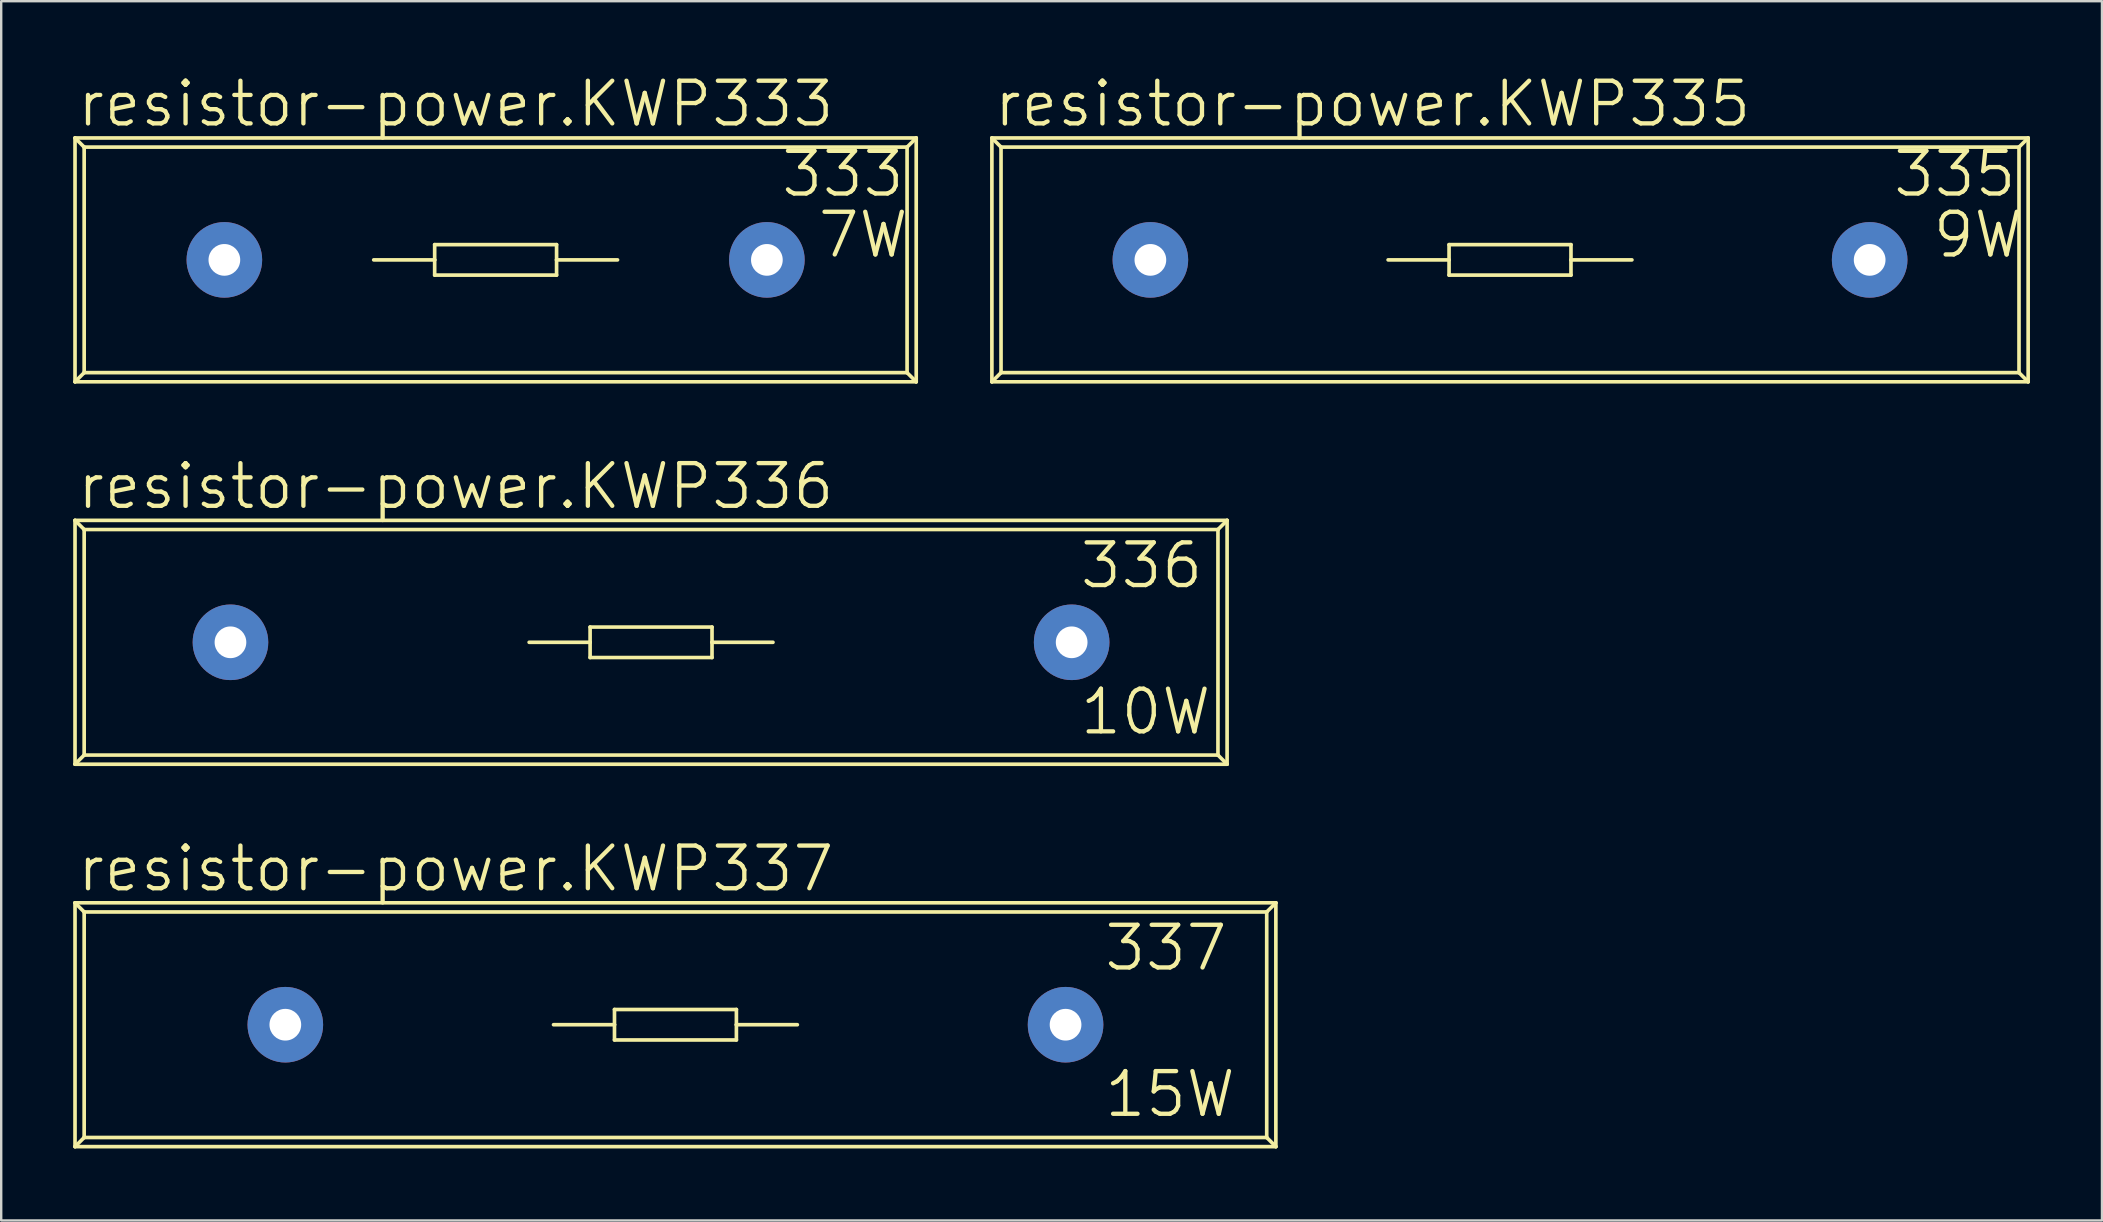
<source format=kicad_pcb>
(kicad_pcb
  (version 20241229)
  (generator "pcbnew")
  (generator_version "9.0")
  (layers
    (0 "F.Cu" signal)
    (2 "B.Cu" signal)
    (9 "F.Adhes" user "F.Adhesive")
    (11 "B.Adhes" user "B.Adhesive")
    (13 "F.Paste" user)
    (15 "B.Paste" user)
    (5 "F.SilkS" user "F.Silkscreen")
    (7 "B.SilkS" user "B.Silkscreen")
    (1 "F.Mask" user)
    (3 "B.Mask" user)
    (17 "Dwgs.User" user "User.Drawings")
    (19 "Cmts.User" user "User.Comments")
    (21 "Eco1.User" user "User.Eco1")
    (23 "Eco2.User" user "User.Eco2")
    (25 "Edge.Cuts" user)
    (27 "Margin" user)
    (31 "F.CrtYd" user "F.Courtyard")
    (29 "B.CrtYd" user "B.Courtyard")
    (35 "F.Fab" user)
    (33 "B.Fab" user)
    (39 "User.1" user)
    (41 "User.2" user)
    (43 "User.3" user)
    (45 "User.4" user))
  (footprint "resistor-power.KWP337"
    (layer "F.Cu")
    (at 25.095 39.649)
    (property "Reference" "resistor-power.KWP337" (at -25.019 -5.461 0) (layer "F.SilkS") (effects (font (size 1.778 1.778) (thickness 0.18)) (justify left bottom)))
    (attr through_hole)
    (fp_line (start -25.019 -5.08) (end -25.019 5.08) (stroke (width 0.152) (type default)) (layer "F.SilkS"))
    (fp_line (start -25.019 5.08) (end 25.019 5.08) (stroke (width 0.152) (type default)) (layer "F.SilkS"))
    (fp_line (start -24.638 -4.699) (end -25.019 -5.08) (stroke (width 0.152) (type default)) (layer "F.SilkS"))
    (fp_line (start -24.638 -4.699) (end -24.638 4.699) (stroke (width 0.152) (type default)) (layer "F.SilkS"))
    (fp_line (start -24.638 4.699) (end -25.019 5.08) (stroke (width 0.152) (type default)) (layer "F.SilkS"))
    (fp_line (start -24.638 4.699) (end 24.638 4.699) (stroke (width 0.152) (type default)) (layer "F.SilkS"))
    (fp_line (start -2.54 -0.635) (end -2.54 0) (stroke (width 0.152) (type default)) (layer "F.SilkS"))
    (fp_line (start -2.54 0) (end -5.08 0) (stroke (width 0.152) (type default)) (layer "F.SilkS"))
    (fp_line (start -2.54 0) (end -2.54 0.635) (stroke (width 0.152) (type default)) (layer "F.SilkS"))
    (fp_line (start -2.54 0.635) (end 2.54 0.635) (stroke (width 0.152) (type default)) (layer "F.SilkS"))
    (fp_line (start 2.54 -0.635) (end -2.54 -0.635) (stroke (width 0.152) (type default)) (layer "F.SilkS"))
    (fp_line (start 2.54 0) (end 2.54 -0.635) (stroke (width 0.152) (type default)) (layer "F.SilkS"))
    (fp_line (start 2.54 0.635) (end 2.54 0) (stroke (width 0.152) (type default)) (layer "F.SilkS"))
    (fp_line (start 5.08 0) (end 2.54 0) (stroke (width 0.152) (type default)) (layer "F.SilkS"))
    (fp_line (start 24.638 -4.699) (end -24.638 -4.699) (stroke (width 0.152) (type default)) (layer "F.SilkS"))
    (fp_line (start 24.638 -4.699) (end 25.019 -5.08) (stroke (width 0.152) (type default)) (layer "F.SilkS"))
    (fp_line (start 24.638 4.699) (end 24.638 -4.699) (stroke (width 0.152) (type default)) (layer "F.SilkS"))
    (fp_line (start 24.638 4.699) (end 25.019 5.08) (stroke (width 0.152) (type default)) (layer "F.SilkS"))
    (fp_line (start 25.019 -5.08) (end -25.019 -5.08) (stroke (width 0.152) (type default)) (layer "F.SilkS"))
    (fp_line (start 25.019 5.08) (end 25.019 -5.08) (stroke (width 0.152) (type default)) (layer "F.SilkS"))
    (fp_text user "337" (at 17.78 -2.159 0) (layer "F.SilkS") (effects (font (size 1.778 1.778) (thickness 0.18)) (justify left bottom)))
    (fp_text user "15W" (at 17.78 3.937 0) (layer "F.SilkS") (effects (font (size 1.778 1.778) (thickness 0.18)) (justify left bottom)))
    (pad "1" thru_hole circle (at -16.256 0) (size 3.15 3.15) (drill 1.321) (layers "*.Cu" "*.Mask"))
    (pad "2" thru_hole circle (at 16.256 0) (size 3.15 3.15) (drill 1.321) (layers "*.Cu" "*.Mask")))
  (footprint "resistor-power.KWP333"
    (layer "F.Cu")
    (at 17.602 7.779)
    (property "Reference" "resistor-power.KWP333" (at -17.526 -5.461 0) (layer "F.SilkS") (effects (font (size 1.778 1.778) (thickness 0.18)) (justify left bottom)))
    (attr through_hole)
    (fp_line (start -17.526 -5.08) (end -17.526 5.08) (stroke (width 0.152) (type default)) (layer "F.SilkS"))
    (fp_line (start -17.526 5.08) (end 17.526 5.08) (stroke (width 0.152) (type default)) (layer "F.SilkS"))
    (fp_line (start -17.145 -4.699) (end -17.526 -5.08) (stroke (width 0.152) (type default)) (layer "F.SilkS"))
    (fp_line (start -17.145 -4.699) (end -17.145 4.699) (stroke (width 0.152) (type default)) (layer "F.SilkS"))
    (fp_line (start -17.145 4.699) (end -17.526 5.08) (stroke (width 0.152) (type default)) (layer "F.SilkS"))
    (fp_line (start -17.145 4.699) (end 17.145 4.699) (stroke (width 0.152) (type default)) (layer "F.SilkS"))
    (fp_line (start -2.54 -0.635) (end -2.54 0) (stroke (width 0.152) (type default)) (layer "F.SilkS"))
    (fp_line (start -2.54 0) (end -5.08 0) (stroke (width 0.152) (type default)) (layer "F.SilkS"))
    (fp_line (start -2.54 0) (end -2.54 0.635) (stroke (width 0.152) (type default)) (layer "F.SilkS"))
    (fp_line (start -2.54 0.635) (end 2.54 0.635) (stroke (width 0.152) (type default)) (layer "F.SilkS"))
    (fp_line (start 2.54 -0.635) (end -2.54 -0.635) (stroke (width 0.152) (type default)) (layer "F.SilkS"))
    (fp_line (start 2.54 0) (end 2.54 -0.635) (stroke (width 0.152) (type default)) (layer "F.SilkS"))
    (fp_line (start 2.54 0.635) (end 2.54 0) (stroke (width 0.152) (type default)) (layer "F.SilkS"))
    (fp_line (start 5.08 0) (end 2.54 0) (stroke (width 0.152) (type default)) (layer "F.SilkS"))
    (fp_line (start 17.145 -4.699) (end -17.145 -4.699) (stroke (width 0.152) (type default)) (layer "F.SilkS"))
    (fp_line (start 17.145 -4.699) (end 17.526 -5.08) (stroke (width 0.152) (type default)) (layer "F.SilkS"))
    (fp_line (start 17.145 4.699) (end 17.145 -4.699) (stroke (width 0.152) (type default)) (layer "F.SilkS"))
    (fp_line (start 17.145 4.699) (end 17.526 5.08) (stroke (width 0.152) (type default)) (layer "F.SilkS"))
    (fp_line (start 17.526 -5.08) (end -17.526 -5.08) (stroke (width 0.152) (type default)) (layer "F.SilkS"))
    (fp_line (start 17.526 5.08) (end 17.526 -5.08) (stroke (width 0.152) (type default)) (layer "F.SilkS"))
    (fp_text user "333" (at 11.811 -2.54 0) (layer "F.SilkS") (effects (font (size 1.778 1.778) (thickness 0.18)) (justify left bottom)))
    (fp_text user "7W" (at 13.335 0 0) (layer "F.SilkS") (effects (font (size 1.778 1.778) (thickness 0.18)) (justify left bottom)))
    (pad "1" thru_hole circle (at -11.303 0) (size 3.15 3.15) (drill 1.321) (layers "*.Cu" "*.Mask"))
    (pad "2" thru_hole circle (at 11.303 0) (size 3.15 3.15) (drill 1.321) (layers "*.Cu" "*.Mask")))
  (footprint "resistor-power.KWP336"
    (layer "F.Cu")
    (at 24.079 23.714)
    (property "Reference" "resistor-power.KWP336" (at -24.003 -5.461 0) (layer "F.SilkS") (effects (font (size 1.778 1.778) (thickness 0.18)) (justify left bottom)))
    (attr through_hole)
    (fp_line (start -24.003 -5.08) (end -24.003 5.08) (stroke (width 0.152) (type default)) (layer "F.SilkS"))
    (fp_line (start -24.003 5.08) (end 24.003 5.08) (stroke (width 0.152) (type default)) (layer "F.SilkS"))
    (fp_line (start -23.622 -4.699) (end -24.003 -5.08) (stroke (width 0.152) (type default)) (layer "F.SilkS"))
    (fp_line (start -23.622 -4.699) (end -23.622 4.699) (stroke (width 0.152) (type default)) (layer "F.SilkS"))
    (fp_line (start -23.622 4.699) (end -24.003 5.08) (stroke (width 0.152) (type default)) (layer "F.SilkS"))
    (fp_line (start -23.622 4.699) (end 23.622 4.699) (stroke (width 0.152) (type default)) (layer "F.SilkS"))
    (fp_line (start -2.54 -0.635) (end -2.54 0) (stroke (width 0.152) (type default)) (layer "F.SilkS"))
    (fp_line (start -2.54 0) (end -5.08 0) (stroke (width 0.152) (type default)) (layer "F.SilkS"))
    (fp_line (start -2.54 0) (end -2.54 0.635) (stroke (width 0.152) (type default)) (layer "F.SilkS"))
    (fp_line (start -2.54 0.635) (end 2.54 0.635) (stroke (width 0.152) (type default)) (layer "F.SilkS"))
    (fp_line (start 2.54 -0.635) (end -2.54 -0.635) (stroke (width 0.152) (type default)) (layer "F.SilkS"))
    (fp_line (start 2.54 0) (end 2.54 -0.635) (stroke (width 0.152) (type default)) (layer "F.SilkS"))
    (fp_line (start 2.54 0.635) (end 2.54 0) (stroke (width 0.152) (type default)) (layer "F.SilkS"))
    (fp_line (start 5.08 0) (end 2.54 0) (stroke (width 0.152) (type default)) (layer "F.SilkS"))
    (fp_line (start 23.622 -4.699) (end -23.622 -4.699) (stroke (width 0.152) (type default)) (layer "F.SilkS"))
    (fp_line (start 23.622 -4.699) (end 24.003 -5.08) (stroke (width 0.152) (type default)) (layer "F.SilkS"))
    (fp_line (start 23.622 4.699) (end 23.622 -4.699) (stroke (width 0.152) (type default)) (layer "F.SilkS"))
    (fp_line (start 23.622 4.699) (end 24.003 5.08) (stroke (width 0.152) (type default)) (layer "F.SilkS"))
    (fp_line (start 24.003 -5.08) (end -24.003 -5.08) (stroke (width 0.152) (type default)) (layer "F.SilkS"))
    (fp_line (start 24.003 5.08) (end 24.003 -5.08) (stroke (width 0.152) (type default)) (layer "F.SilkS"))
    (fp_text user "10W" (at 17.78 3.937 0) (layer "F.SilkS") (effects (font (size 1.778 1.778) (thickness 0.18)) (justify left bottom)))
    (fp_text user "336" (at 17.78 -2.159 0) (layer "F.SilkS") (effects (font (size 1.778 1.778) (thickness 0.18)) (justify left bottom)))
    (pad "1" thru_hole circle (at -17.526 0) (size 3.15 3.15) (drill 1.321) (layers "*.Cu" "*.Mask"))
    (pad "2" thru_hole circle (at 17.526 0) (size 3.15 3.15) (drill 1.321) (layers "*.Cu" "*.Mask")))
  (footprint "resistor-power.KWP335"
    (layer "F.Cu")
    (at 59.871 7.779)
    (property "Reference" "resistor-power.KWP335" (at -21.59 -5.461 0) (layer "F.SilkS") (effects (font (size 1.778 1.778) (thickness 0.18)) (justify left bottom)))
    (attr through_hole)
    (fp_line (start -21.59 -5.08) (end -21.59 5.08) (stroke (width 0.152) (type default)) (layer "F.SilkS"))
    (fp_line (start -21.59 5.08) (end 21.59 5.08) (stroke (width 0.152) (type default)) (layer "F.SilkS"))
    (fp_line (start -21.209 -4.699) (end -21.59 -5.08) (stroke (width 0.152) (type default)) (layer "F.SilkS"))
    (fp_line (start -21.209 -4.699) (end -21.209 4.699) (stroke (width 0.152) (type default)) (layer "F.SilkS"))
    (fp_line (start -21.209 4.699) (end -21.59 5.08) (stroke (width 0.152) (type default)) (layer "F.SilkS"))
    (fp_line (start -21.209 4.699) (end 21.209 4.699) (stroke (width 0.152) (type default)) (layer "F.SilkS"))
    (fp_line (start -2.54 -0.635) (end -2.54 0) (stroke (width 0.152) (type default)) (layer "F.SilkS"))
    (fp_line (start -2.54 0) (end -5.08 0) (stroke (width 0.152) (type default)) (layer "F.SilkS"))
    (fp_line (start -2.54 0) (end -2.54 0.635) (stroke (width 0.152) (type default)) (layer "F.SilkS"))
    (fp_line (start -2.54 0.635) (end 2.54 0.635) (stroke (width 0.152) (type default)) (layer "F.SilkS"))
    (fp_line (start 2.54 -0.635) (end -2.54 -0.635) (stroke (width 0.152) (type default)) (layer "F.SilkS"))
    (fp_line (start 2.54 0) (end 2.54 -0.635) (stroke (width 0.152) (type default)) (layer "F.SilkS"))
    (fp_line (start 2.54 0.635) (end 2.54 0) (stroke (width 0.152) (type default)) (layer "F.SilkS"))
    (fp_line (start 5.08 0) (end 2.54 0) (stroke (width 0.152) (type default)) (layer "F.SilkS"))
    (fp_line (start 21.209 -4.699) (end -21.209 -4.699) (stroke (width 0.152) (type default)) (layer "F.SilkS"))
    (fp_line (start 21.209 -4.699) (end 21.59 -5.08) (stroke (width 0.152) (type default)) (layer "F.SilkS"))
    (fp_line (start 21.209 4.699) (end 21.209 -4.699) (stroke (width 0.152) (type default)) (layer "F.SilkS"))
    (fp_line (start 21.209 4.699) (end 21.59 5.08) (stroke (width 0.152) (type default)) (layer "F.SilkS"))
    (fp_line (start 21.59 -5.08) (end -21.59 -5.08) (stroke (width 0.152) (type default)) (layer "F.SilkS"))
    (fp_line (start 21.59 5.08) (end 21.59 -5.08) (stroke (width 0.152) (type default)) (layer "F.SilkS"))
    (fp_text user "9W" (at 17.526 0 0) (layer "F.SilkS") (effects (font (size 1.778 1.778) (thickness 0.18)) (justify left bottom)))
    (fp_text user "335" (at 15.875 -2.54 0) (layer "F.SilkS") (effects (font (size 1.778 1.778) (thickness 0.18)) (justify left bottom)))
    (pad "1" thru_hole circle (at -14.986 0) (size 3.15 3.15) (drill 1.321) (layers "*.Cu" "*.Mask"))
    (pad "2" thru_hole circle (at 14.986 0) (size 3.15 3.15) (drill 1.321) (layers "*.Cu" "*.Mask")))
  (gr_rect
    (start -3 -3)
    (end 84.537 47.806)
    (stroke (width 0.1) (type default))
    (fill no)
    (layer "Edge.Cuts")))
</source>
